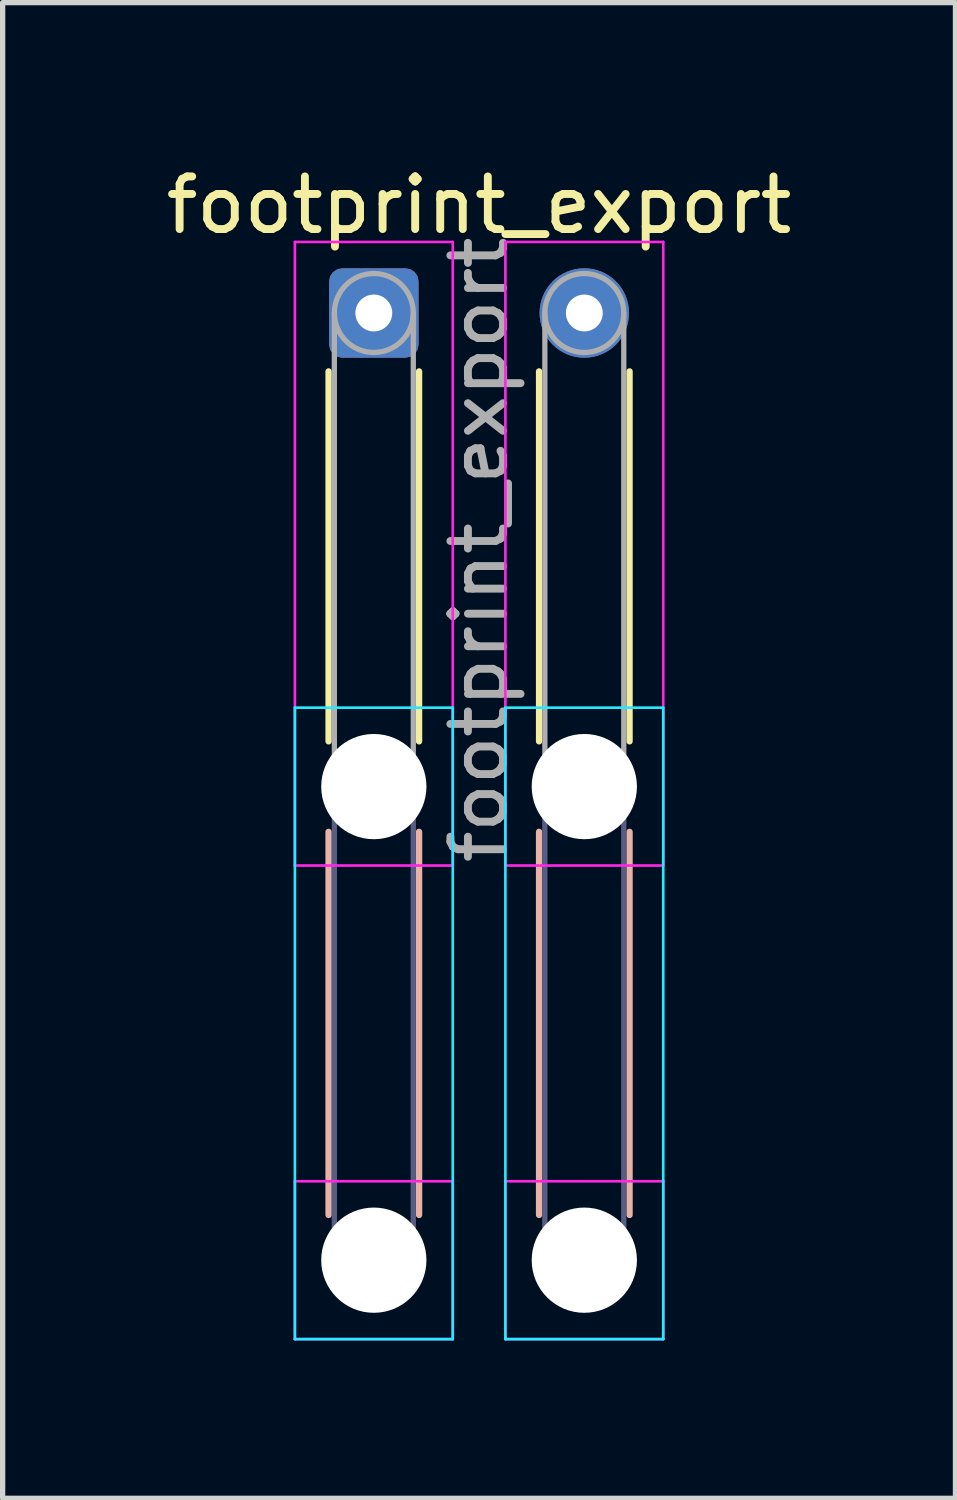
<source format=kicad_pcb>
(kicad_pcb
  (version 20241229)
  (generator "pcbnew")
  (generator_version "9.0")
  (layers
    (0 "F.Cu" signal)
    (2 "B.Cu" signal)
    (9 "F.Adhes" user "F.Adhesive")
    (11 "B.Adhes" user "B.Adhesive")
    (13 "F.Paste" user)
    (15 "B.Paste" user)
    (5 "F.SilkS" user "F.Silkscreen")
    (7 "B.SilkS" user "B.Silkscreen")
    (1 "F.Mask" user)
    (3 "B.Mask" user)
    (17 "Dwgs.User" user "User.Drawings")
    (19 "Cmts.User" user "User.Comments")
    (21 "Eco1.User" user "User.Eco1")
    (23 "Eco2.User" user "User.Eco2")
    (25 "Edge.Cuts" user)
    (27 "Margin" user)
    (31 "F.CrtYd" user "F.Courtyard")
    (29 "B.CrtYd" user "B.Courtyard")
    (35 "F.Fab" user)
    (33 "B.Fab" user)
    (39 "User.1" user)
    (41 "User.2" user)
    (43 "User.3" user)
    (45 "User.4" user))
  (footprint "footprint_export"
    (layer "F.Cu")
    (at 4.054 2.898)
    (property "Reference" "footprint_export" (at 2 -2.05 0) (layer "F.SilkS") (effects (font (size 1 1) (thickness 0.15))))
    (attr exclude_from_pos_files exclude_from_bom)
    (fp_line (start -0.86 1.11) (end -0.86 8.14) (stroke (width 0.12) (type solid)) (layer "F.SilkS"))
    (fp_line (start 0.86 1.11) (end 0.86 8.14) (stroke (width 0.12) (type solid)) (layer "F.SilkS"))
    (fp_line (start 3.14 1.11) (end 3.14 8.14) (stroke (width 0.12) (type solid)) (layer "F.SilkS"))
    (fp_line (start 4.86 1.11) (end 4.86 8.14) (stroke (width 0.12) (type solid)) (layer "F.SilkS"))
    (fp_line (start -0.86 9.86) (end -0.86 17.14) (stroke (width 0.12) (type solid)) (layer "B.SilkS"))
    (fp_line (start 0.86 9.86) (end 0.86 17.14) (stroke (width 0.12) (type solid)) (layer "B.SilkS"))
    (fp_line (start 3.14 9.86) (end 3.14 17.14) (stroke (width 0.12) (type solid)) (layer "B.SilkS"))
    (fp_line (start 4.86 9.86) (end 4.86 17.14) (stroke (width 0.12) (type solid)) (layer "B.SilkS"))
    (fp_line (start -1.5 7.5) (end -1.5 19.5) (stroke (width 0.05) (type solid)) (layer "B.CrtYd"))
    (fp_line (start -1.5 19.5) (end 1.5 19.5) (stroke (width 0.05) (type solid)) (layer "B.CrtYd"))
    (fp_line (start 1.5 7.5) (end -1.5 7.5) (stroke (width 0.05) (type solid)) (layer "B.CrtYd"))
    (fp_line (start 1.5 19.5) (end 1.5 7.5) (stroke (width 0.05) (type solid)) (layer "B.CrtYd"))
    (fp_line (start 2.5 7.5) (end 2.5 19.5) (stroke (width 0.05) (type solid)) (layer "B.CrtYd"))
    (fp_line (start 2.5 19.5) (end 5.5 19.5) (stroke (width 0.05) (type solid)) (layer "B.CrtYd"))
    (fp_line (start 5.5 7.5) (end 2.5 7.5) (stroke (width 0.05) (type solid)) (layer "B.CrtYd"))
    (fp_line (start 5.5 19.5) (end 5.5 7.5) (stroke (width 0.05) (type solid)) (layer "B.CrtYd"))
    (fp_line (start -1.5 -1.35) (end -1.5 10.5) (stroke (width 0.05) (type solid)) (layer "F.CrtYd"))
    (fp_line (start -1.5 10.5) (end 1.5 10.5) (stroke (width 0.05) (type solid)) (layer "F.CrtYd"))
    (fp_line (start -1.5 16.5) (end -1.5 19.5) (stroke (width 0.05) (type solid)) (layer "F.CrtYd"))
    (fp_line (start -1.5 19.5) (end 1.5 19.5) (stroke (width 0.05) (type solid)) (layer "F.CrtYd"))
    (fp_line (start 1.5 -1.35) (end -1.5 -1.35) (stroke (width 0.05) (type solid)) (layer "F.CrtYd"))
    (fp_line (start 1.5 10.5) (end 1.5 -1.35) (stroke (width 0.05) (type solid)) (layer "F.CrtYd"))
    (fp_line (start 1.5 16.5) (end -1.5 16.5) (stroke (width 0.05) (type solid)) (layer "F.CrtYd"))
    (fp_line (start 1.5 19.5) (end 1.5 16.5) (stroke (width 0.05) (type solid)) (layer "F.CrtYd"))
    (fp_line (start 2.5 -1.35) (end 2.5 10.5) (stroke (width 0.05) (type solid)) (layer "F.CrtYd"))
    (fp_line (start 2.5 10.5) (end 5.5 10.5) (stroke (width 0.05) (type solid)) (layer "F.CrtYd"))
    (fp_line (start 2.5 16.5) (end 2.5 19.5) (stroke (width 0.05) (type solid)) (layer "F.CrtYd"))
    (fp_line (start 2.5 19.5) (end 5.5 19.5) (stroke (width 0.05) (type solid)) (layer "F.CrtYd"))
    (fp_line (start 5.5 -1.35) (end 2.5 -1.35) (stroke (width 0.05) (type solid)) (layer "F.CrtYd"))
    (fp_line (start 5.5 10.5) (end 5.5 -1.35) (stroke (width 0.05) (type solid)) (layer "F.CrtYd"))
    (fp_line (start 5.5 16.5) (end 2.5 16.5) (stroke (width 0.05) (type solid)) (layer "F.CrtYd"))
    (fp_line (start 5.5 19.5) (end 5.5 16.5) (stroke (width 0.05) (type solid)) (layer "F.CrtYd"))
    (fp_line (start -0.75 9) (end -0.75 18) (stroke (width 0.1) (type solid)) (layer "B.Fab"))
    (fp_line (start 0.75 9) (end 0.75 18) (stroke (width 0.1) (type solid)) (layer "B.Fab"))
    (fp_line (start 3.25 9) (end 3.25 18) (stroke (width 0.1) (type solid)) (layer "B.Fab"))
    (fp_line (start 4.75 9) (end 4.75 18) (stroke (width 0.1) (type solid)) (layer "B.Fab"))
    (fp_circle (center 0 9) (end 0.75 9) (stroke (width 0.1) (type solid)) (fill no) (layer "B.Fab"))
    (fp_circle (center 0 18) (end 0.75 18) (stroke (width 0.1) (type solid)) (fill no) (layer "B.Fab"))
    (fp_circle (center 4 9) (end 4.75 9) (stroke (width 0.1) (type solid)) (fill no) (layer "B.Fab"))
    (fp_circle (center 4 18) (end 4.75 18) (stroke (width 0.1) (type solid)) (fill no) (layer "B.Fab"))
    (fp_line (start -0.75 0) (end -0.75 9) (stroke (width 0.1) (type solid)) (layer "F.Fab"))
    (fp_line (start 0.75 0) (end 0.75 9) (stroke (width 0.1) (type solid)) (layer "F.Fab"))
    (fp_line (start 3.25 0) (end 3.25 9) (stroke (width 0.1) (type solid)) (layer "F.Fab"))
    (fp_line (start 4.75 0) (end 4.75 9) (stroke (width 0.1) (type solid)) (layer "F.Fab"))
    (fp_circle (center 0 0) (end 0.75 0) (stroke (width 0.1) (type solid)) (fill no) (layer "F.Fab"))
    (fp_circle (center 0 9) (end 0.75 9) (stroke (width 0.1) (type solid)) (fill no) (layer "F.Fab"))
    (fp_circle (center 0 18) (end 0.75 18) (stroke (width 0.1) (type solid)) (fill no) (layer "F.Fab"))
    (fp_circle (center 4 0) (end 4.75 0) (stroke (width 0.1) (type solid)) (fill no) (layer "F.Fab"))
    (fp_circle (center 4 9) (end 4.75 9) (stroke (width 0.1) (type solid)) (fill no) (layer "F.Fab"))
    (fp_circle (center 4 18) (end 4.75 18) (stroke (width 0.1) (type solid)) (fill no) (layer "F.Fab"))
    (fp_text user "${REFERENCE}" (at 2 4.5 90) (layer "F.Fab") (effects (font (size 1 1) (thickness 0.15))))
    (pad "" np_thru_hole circle (at 0 9) (size 2 2) (drill 2) (layers "*.Cu" "*.Mask"))
    (pad "" np_thru_hole circle (at 0 18) (size 2 2) (drill 2) (layers "*.Cu" "*.Mask"))
    (pad "" np_thru_hole circle (at 4 9) (size 2 2) (drill 2) (layers "*.Cu" "*.Mask"))
    (pad "" np_thru_hole circle (at 4 18) (size 2 2) (drill 2) (layers "*.Cu" "*.Mask"))
    (pad "1" thru_hole roundrect (at 0 0) (size 1.7 1.7) (drill 0.7) (layers "*.Cu" "*.Mask") (roundrect_rratio 0.147))
    (pad "2" thru_hole circle (at 4 0) (size 1.7 1.7) (drill 0.7) (layers "*.Cu" "*.Mask")))
  (gr_rect
    (start -3 -3)
    (end 15.107 25.423)
    (stroke (width 0.1) (type default))
    (fill no)
    (layer "Edge.Cuts")))
</source>
